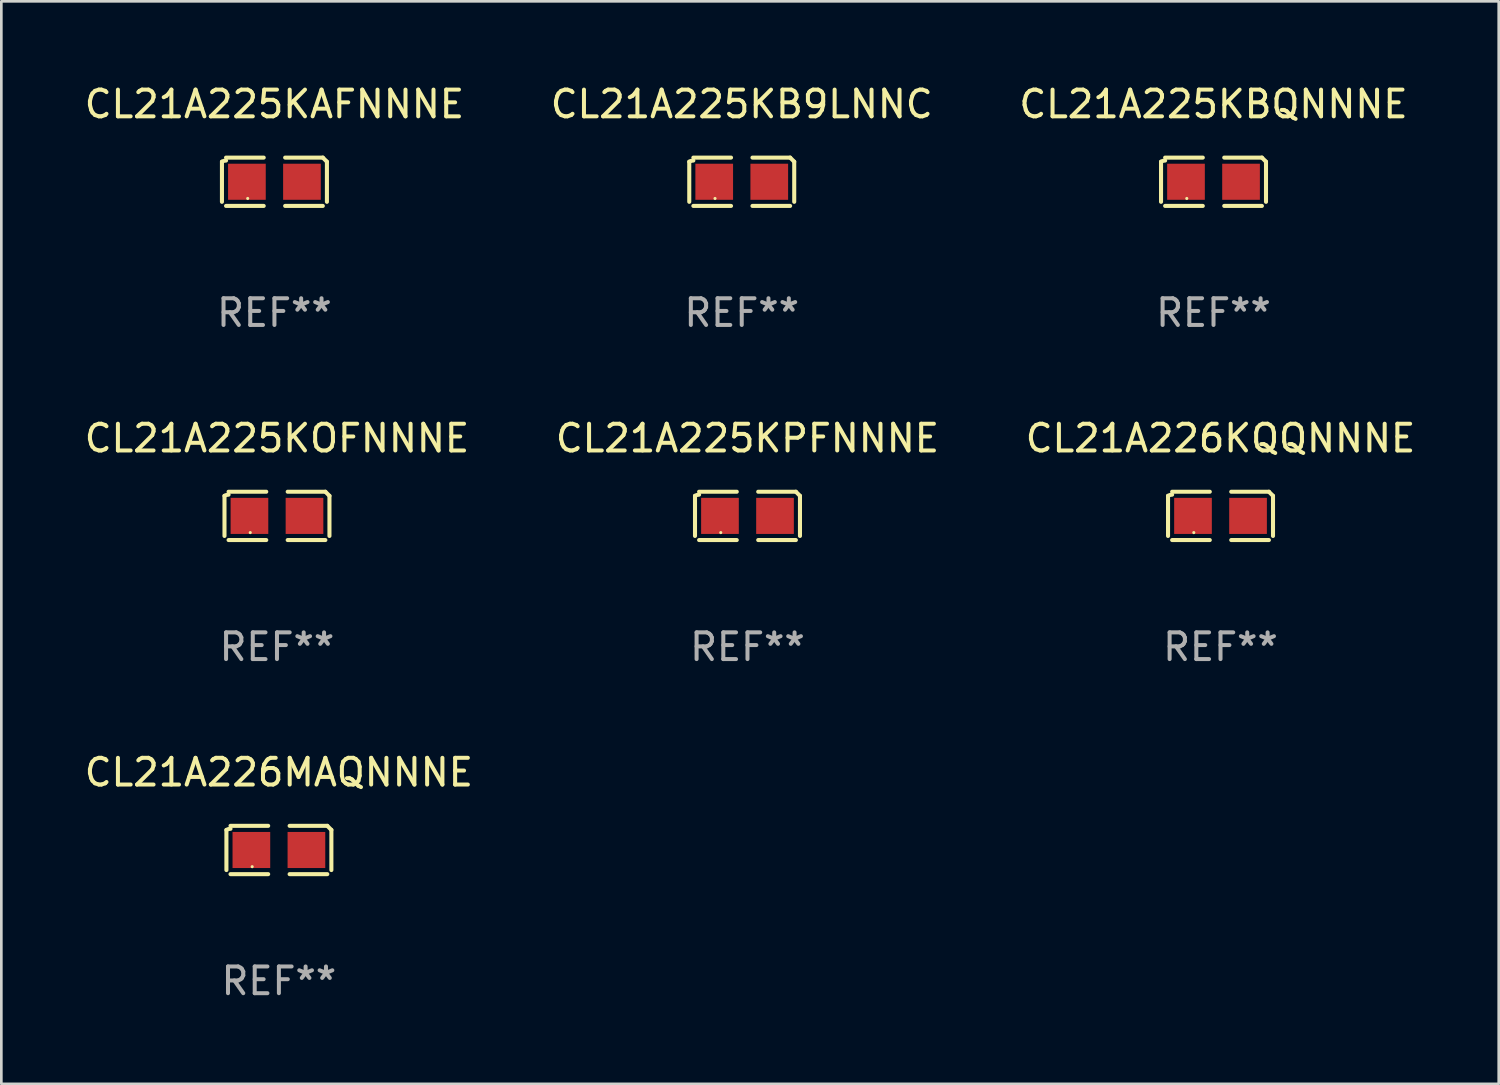
<source format=kicad_pcb>
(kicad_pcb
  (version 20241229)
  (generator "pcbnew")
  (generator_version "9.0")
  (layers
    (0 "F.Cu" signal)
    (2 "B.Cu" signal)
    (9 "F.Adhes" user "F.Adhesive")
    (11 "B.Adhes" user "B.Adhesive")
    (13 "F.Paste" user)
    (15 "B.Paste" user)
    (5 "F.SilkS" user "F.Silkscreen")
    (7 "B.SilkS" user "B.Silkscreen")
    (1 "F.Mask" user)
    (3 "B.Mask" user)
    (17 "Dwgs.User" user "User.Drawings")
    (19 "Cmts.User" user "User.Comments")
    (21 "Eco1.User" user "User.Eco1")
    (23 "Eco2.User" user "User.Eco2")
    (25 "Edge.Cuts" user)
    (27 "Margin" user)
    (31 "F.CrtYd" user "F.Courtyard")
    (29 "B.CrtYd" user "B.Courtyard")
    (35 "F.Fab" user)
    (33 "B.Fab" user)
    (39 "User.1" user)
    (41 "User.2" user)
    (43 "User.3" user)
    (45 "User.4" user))
  (footprint "CL21A226KQQNNNE"
    (layer "F.Cu")
    (at 42.625 16.256)
    (property "Reference" "CL21A226KQQNNNE" (at 0 -2.904 0) (layer "F.SilkS") (effects (font (size 1 1) (thickness 0.15))))
    (attr through_hole)
    (fp_line (start -1.964 0.751) (end -1.964 -0.751) (stroke (width 0.152) (type solid)) (layer "F.SilkS"))
    (fp_line (start -1.811 -0.904) (end -0.401 -0.904) (stroke (width 0.152) (type solid)) (layer "F.SilkS"))
    (fp_line (start -0.401 0.904) (end -1.811 0.904) (stroke (width 0.152) (type solid)) (layer "F.SilkS"))
    (fp_line (start 0.401 0.904) (end 1.811 0.904) (stroke (width 0.152) (type solid)) (layer "F.SilkS"))
    (fp_line (start 1.811 -0.904) (end 0.401 -0.904) (stroke (width 0.152) (type solid)) (layer "F.SilkS"))
    (fp_line (start 1.964 0.751) (end 1.964 -0.751) (stroke (width 0.152) (type solid)) (layer "F.SilkS"))
    (fp_arc (start -1.963602 -0.751207) (mid -1.890354 -0.783131) (end -1.811201 -0.794044) (stroke (width 0.1524) (type solid)) (layer "F.SilkS"))
    (fp_arc (start 1.811202 -0.903607) (mid 1.887413 -0.827418) (end 1.963602 -0.751207) (stroke (width 0.1524) (type solid)) (layer "F.SilkS"))
    (fp_circle (center -1 0.625) (end -0.97 0.625) (stroke (width 0.06) (type solid)) (fill no) (layer "F.SilkS"))
    (fp_text user "REF**" (at 0 4.904 0) (layer "F.Fab") (effects (font (size 1 1) (thickness 0.15))))
    (pad "1" smd rect (at -1.03 0) (size 1.41 1.35) (layers "F.Cu" "F.Mask" "F.Paste"))
    (pad "2" smd rect (at 1.03 0) (size 1.41 1.35) (layers "F.Cu" "F.Mask" "F.Paste")))
  (footprint "CL21A225KB9LNNC"
    (layer "F.Cu")
    (at 24.708 3.752)
    (property "Reference" "CL21A225KB9LNNC" (at 0 -2.904 0) (layer "F.SilkS") (effects (font (size 1 1) (thickness 0.15))))
    (attr through_hole)
    (fp_line (start -1.964 0.751) (end -1.964 -0.751) (stroke (width 0.152) (type solid)) (layer "F.SilkS"))
    (fp_line (start -1.811 -0.904) (end -0.401 -0.904) (stroke (width 0.152) (type solid)) (layer "F.SilkS"))
    (fp_line (start -0.401 0.904) (end -1.811 0.904) (stroke (width 0.152) (type solid)) (layer "F.SilkS"))
    (fp_line (start 0.401 0.904) (end 1.811 0.904) (stroke (width 0.152) (type solid)) (layer "F.SilkS"))
    (fp_line (start 1.811 -0.904) (end 0.401 -0.904) (stroke (width 0.152) (type solid)) (layer "F.SilkS"))
    (fp_line (start 1.964 0.751) (end 1.964 -0.751) (stroke (width 0.152) (type solid)) (layer "F.SilkS"))
    (fp_arc (start -1.963602 -0.751207) (mid -1.890354 -0.783131) (end -1.811201 -0.794044) (stroke (width 0.1524) (type solid)) (layer "F.SilkS"))
    (fp_arc (start 1.811202 -0.903607) (mid 1.887413 -0.827418) (end 1.963602 -0.751207) (stroke (width 0.1524) (type solid)) (layer "F.SilkS"))
    (fp_circle (center -1 0.625) (end -0.97 0.625) (stroke (width 0.06) (type solid)) (fill no) (layer "F.SilkS"))
    (fp_text user "REF**" (at 0 4.904 0) (layer "F.Fab") (effects (font (size 1 1) (thickness 0.15))))
    (pad "1" smd rect (at -1.03 0) (size 1.41 1.35) (layers "F.Cu" "F.Mask" "F.Paste"))
    (pad "2" smd rect (at 1.03 0) (size 1.41 1.35) (layers "F.Cu" "F.Mask" "F.Paste")))
  (footprint "CL21A225KPFNNNE"
    (layer "F.Cu")
    (at 24.923 16.256)
    (property "Reference" "CL21A225KPFNNNE" (at 0 -2.904 0) (layer "F.SilkS") (effects (font (size 1 1) (thickness 0.15))))
    (attr through_hole)
    (fp_line (start -1.964 0.751) (end -1.964 -0.751) (stroke (width 0.152) (type solid)) (layer "F.SilkS"))
    (fp_line (start -1.811 -0.904) (end -0.401 -0.904) (stroke (width 0.152) (type solid)) (layer "F.SilkS"))
    (fp_line (start -0.401 0.904) (end -1.811 0.904) (stroke (width 0.152) (type solid)) (layer "F.SilkS"))
    (fp_line (start 0.401 0.904) (end 1.811 0.904) (stroke (width 0.152) (type solid)) (layer "F.SilkS"))
    (fp_line (start 1.811 -0.904) (end 0.401 -0.904) (stroke (width 0.152) (type solid)) (layer "F.SilkS"))
    (fp_line (start 1.964 0.751) (end 1.964 -0.751) (stroke (width 0.152) (type solid)) (layer "F.SilkS"))
    (fp_arc (start -1.963602 -0.751207) (mid -1.890354 -0.783131) (end -1.811201 -0.794044) (stroke (width 0.1524) (type solid)) (layer "F.SilkS"))
    (fp_arc (start 1.811202 -0.903607) (mid 1.887413 -0.827418) (end 1.963602 -0.751207) (stroke (width 0.1524) (type solid)) (layer "F.SilkS"))
    (fp_circle (center -1 0.625) (end -0.97 0.625) (stroke (width 0.06) (type solid)) (fill no) (layer "F.SilkS"))
    (fp_text user "REF**" (at 0 4.904 0) (layer "F.Fab") (effects (font (size 1 1) (thickness 0.15))))
    (pad "1" smd rect (at -1.03 0) (size 1.41 1.35) (layers "F.Cu" "F.Mask" "F.Paste"))
    (pad "2" smd rect (at 1.03 0) (size 1.41 1.35) (layers "F.Cu" "F.Mask" "F.Paste")))
  (footprint "CL21A225KAFNNNE"
    (layer "F.Cu")
    (at 7.22 3.752)
    (property "Reference" "CL21A225KAFNNNE" (at 0 -2.904 0) (layer "F.SilkS") (effects (font (size 1 1) (thickness 0.15))))
    (attr through_hole)
    (fp_line (start -1.964 0.751) (end -1.964 -0.751) (stroke (width 0.152) (type solid)) (layer "F.SilkS"))
    (fp_line (start -1.811 -0.904) (end -0.401 -0.904) (stroke (width 0.152) (type solid)) (layer "F.SilkS"))
    (fp_line (start -0.401 0.904) (end -1.811 0.904) (stroke (width 0.152) (type solid)) (layer "F.SilkS"))
    (fp_line (start 0.401 0.904) (end 1.811 0.904) (stroke (width 0.152) (type solid)) (layer "F.SilkS"))
    (fp_line (start 1.811 -0.904) (end 0.401 -0.904) (stroke (width 0.152) (type solid)) (layer "F.SilkS"))
    (fp_line (start 1.964 0.751) (end 1.964 -0.751) (stroke (width 0.152) (type solid)) (layer "F.SilkS"))
    (fp_arc (start -1.963602 -0.751207) (mid -1.890354 -0.783131) (end -1.811201 -0.794044) (stroke (width 0.1524) (type solid)) (layer "F.SilkS"))
    (fp_arc (start 1.811202 -0.903607) (mid 1.887413 -0.827418) (end 1.963602 -0.751207) (stroke (width 0.1524) (type solid)) (layer "F.SilkS"))
    (fp_circle (center -1 0.625) (end -0.97 0.625) (stroke (width 0.06) (type solid)) (fill no) (layer "F.SilkS"))
    (fp_text user "REF**" (at 0 4.904 0) (layer "F.Fab") (effects (font (size 1 1) (thickness 0.15))))
    (pad "1" smd rect (at -1.03 0) (size 1.41 1.35) (layers "F.Cu" "F.Mask" "F.Paste"))
    (pad "2" smd rect (at 1.03 0) (size 1.41 1.35) (layers "F.Cu" "F.Mask" "F.Paste")))
  (footprint "CL21A225KBQNNNE"
    (layer "F.Cu")
    (at 42.363 3.752)
    (property "Reference" "CL21A225KBQNNNE" (at 0 -2.904 0) (layer "F.SilkS") (effects (font (size 1 1) (thickness 0.15))))
    (attr through_hole)
    (fp_line (start -1.964 0.751) (end -1.964 -0.751) (stroke (width 0.152) (type solid)) (layer "F.SilkS"))
    (fp_line (start -1.811 -0.904) (end -0.401 -0.904) (stroke (width 0.152) (type solid)) (layer "F.SilkS"))
    (fp_line (start -0.401 0.904) (end -1.811 0.904) (stroke (width 0.152) (type solid)) (layer "F.SilkS"))
    (fp_line (start 0.401 0.904) (end 1.811 0.904) (stroke (width 0.152) (type solid)) (layer "F.SilkS"))
    (fp_line (start 1.811 -0.904) (end 0.401 -0.904) (stroke (width 0.152) (type solid)) (layer "F.SilkS"))
    (fp_line (start 1.964 0.751) (end 1.964 -0.751) (stroke (width 0.152) (type solid)) (layer "F.SilkS"))
    (fp_arc (start -1.963602 -0.751207) (mid -1.890354 -0.783131) (end -1.811201 -0.794044) (stroke (width 0.1524) (type solid)) (layer "F.SilkS"))
    (fp_arc (start 1.811202 -0.903607) (mid 1.887413 -0.827418) (end 1.963602 -0.751207) (stroke (width 0.1524) (type solid)) (layer "F.SilkS"))
    (fp_circle (center -1 0.625) (end -0.97 0.625) (stroke (width 0.06) (type solid)) (fill no) (layer "F.SilkS"))
    (fp_text user "REF**" (at 0 4.904 0) (layer "F.Fab") (effects (font (size 1 1) (thickness 0.15))))
    (pad "1" smd rect (at -1.03 0) (size 1.41 1.35) (layers "F.Cu" "F.Mask" "F.Paste"))
    (pad "2" smd rect (at 1.03 0) (size 1.41 1.35) (layers "F.Cu" "F.Mask" "F.Paste")))
  (footprint "CL21A225KOFNNNE"
    (layer "F.Cu")
    (at 7.315 16.256)
    (property "Reference" "CL21A225KOFNNNE" (at 0 -2.904 0) (layer "F.SilkS") (effects (font (size 1 1) (thickness 0.15))))
    (attr through_hole)
    (fp_line (start -1.964 0.751) (end -1.964 -0.751) (stroke (width 0.152) (type solid)) (layer "F.SilkS"))
    (fp_line (start -1.811 -0.904) (end -0.401 -0.904) (stroke (width 0.152) (type solid)) (layer "F.SilkS"))
    (fp_line (start -0.401 0.904) (end -1.811 0.904) (stroke (width 0.152) (type solid)) (layer "F.SilkS"))
    (fp_line (start 0.401 0.904) (end 1.811 0.904) (stroke (width 0.152) (type solid)) (layer "F.SilkS"))
    (fp_line (start 1.811 -0.904) (end 0.401 -0.904) (stroke (width 0.152) (type solid)) (layer "F.SilkS"))
    (fp_line (start 1.964 0.751) (end 1.964 -0.751) (stroke (width 0.152) (type solid)) (layer "F.SilkS"))
    (fp_arc (start -1.963602 -0.751207) (mid -1.890354 -0.783131) (end -1.811201 -0.794044) (stroke (width 0.1524) (type solid)) (layer "F.SilkS"))
    (fp_arc (start 1.811202 -0.903607) (mid 1.887413 -0.827418) (end 1.963602 -0.751207) (stroke (width 0.1524) (type solid)) (layer "F.SilkS"))
    (fp_circle (center -1 0.625) (end -0.97 0.625) (stroke (width 0.06) (type solid)) (fill no) (layer "F.SilkS"))
    (fp_text user "REF**" (at 0 4.904 0) (layer "F.Fab") (effects (font (size 1 1) (thickness 0.15))))
    (pad "1" smd rect (at -1.03 0) (size 1.41 1.35) (layers "F.Cu" "F.Mask" "F.Paste"))
    (pad "2" smd rect (at 1.03 0) (size 1.41 1.35) (layers "F.Cu" "F.Mask" "F.Paste")))
  (footprint "CL21A226MAQNNNE"
    (layer "F.Cu")
    (at 7.387 28.759)
    (property "Reference" "CL21A226MAQNNNE" (at 0 -2.904 0) (layer "F.SilkS") (effects (font (size 1 1) (thickness 0.15))))
    (attr through_hole)
    (fp_line (start -1.964 0.751) (end -1.964 -0.751) (stroke (width 0.152) (type solid)) (layer "F.SilkS"))
    (fp_line (start -1.811 -0.904) (end -0.401 -0.904) (stroke (width 0.152) (type solid)) (layer "F.SilkS"))
    (fp_line (start -0.401 0.904) (end -1.811 0.904) (stroke (width 0.152) (type solid)) (layer "F.SilkS"))
    (fp_line (start 0.401 0.904) (end 1.811 0.904) (stroke (width 0.152) (type solid)) (layer "F.SilkS"))
    (fp_line (start 1.811 -0.904) (end 0.401 -0.904) (stroke (width 0.152) (type solid)) (layer "F.SilkS"))
    (fp_line (start 1.964 0.751) (end 1.964 -0.751) (stroke (width 0.152) (type solid)) (layer "F.SilkS"))
    (fp_arc (start -1.963602 -0.751207) (mid -1.890354 -0.783131) (end -1.811201 -0.794044) (stroke (width 0.1524) (type solid)) (layer "F.SilkS"))
    (fp_arc (start 1.811202 -0.903607) (mid 1.887413 -0.827418) (end 1.963602 -0.751207) (stroke (width 0.1524) (type solid)) (layer "F.SilkS"))
    (fp_circle (center -1 0.625) (end -0.97 0.625) (stroke (width 0.06) (type solid)) (fill no) (layer "F.SilkS"))
    (fp_text user "REF**" (at 0 4.904 0) (layer "F.Fab") (effects (font (size 1 1) (thickness 0.15))))
    (pad "1" smd rect (at -1.03 0) (size 1.41 1.35) (layers "F.Cu" "F.Mask" "F.Paste"))
    (pad "2" smd rect (at 1.03 0) (size 1.41 1.35) (layers "F.Cu" "F.Mask" "F.Paste")))
  (gr_rect
    (start -3 -3)
    (end 53.036 37.511)
    (stroke (width 0.1) (type default))
    (fill no)
    (layer "Edge.Cuts")))
</source>
